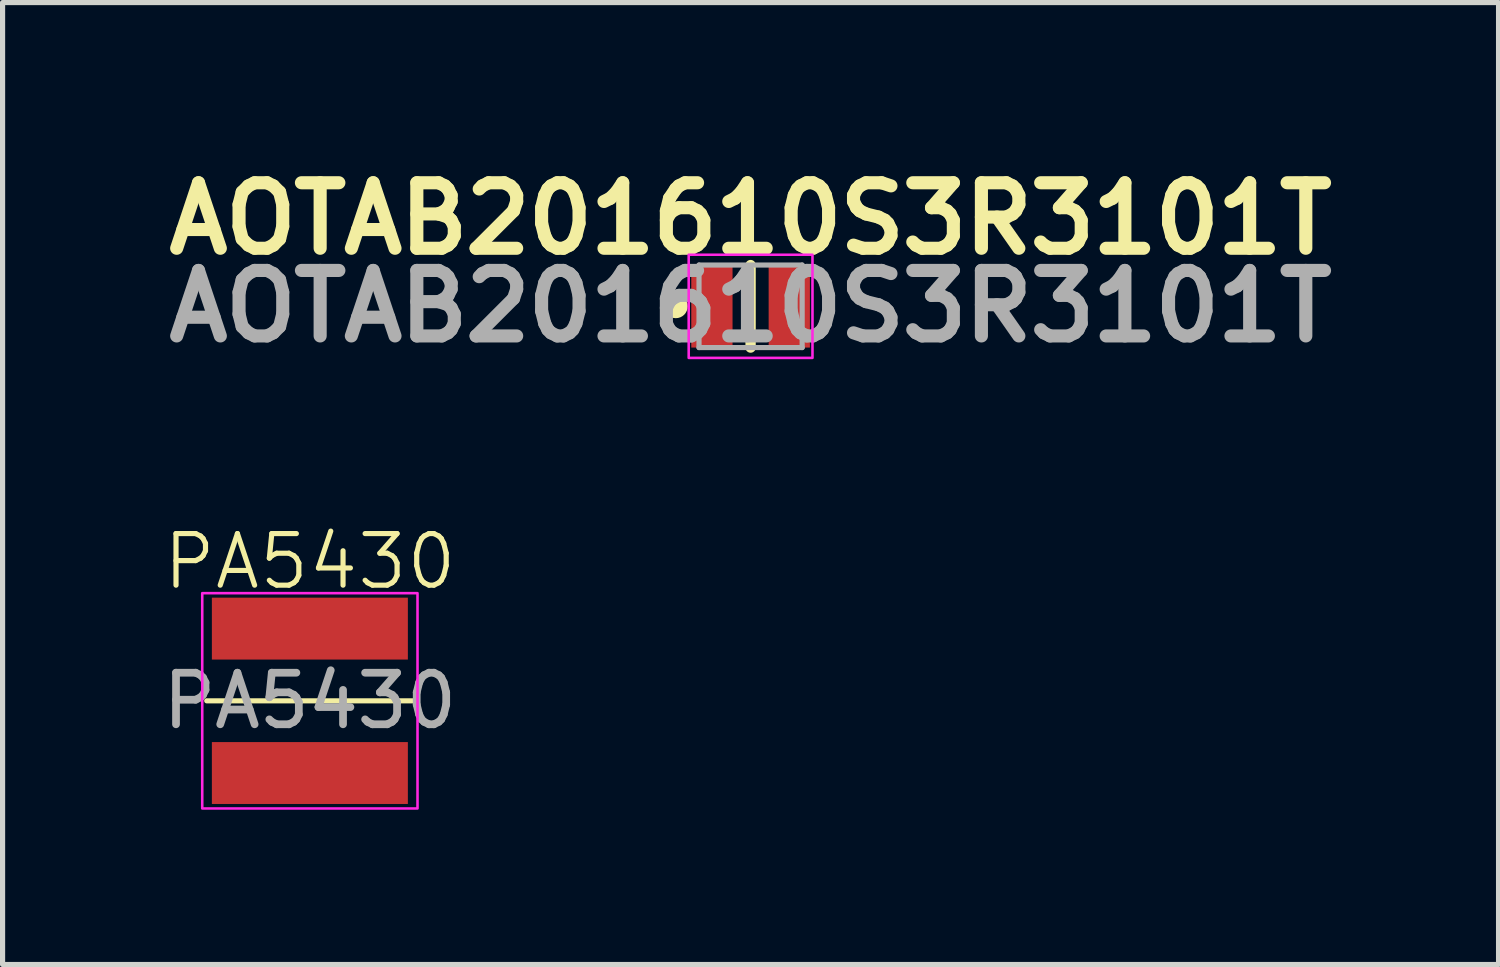
<source format=kicad_pcb>
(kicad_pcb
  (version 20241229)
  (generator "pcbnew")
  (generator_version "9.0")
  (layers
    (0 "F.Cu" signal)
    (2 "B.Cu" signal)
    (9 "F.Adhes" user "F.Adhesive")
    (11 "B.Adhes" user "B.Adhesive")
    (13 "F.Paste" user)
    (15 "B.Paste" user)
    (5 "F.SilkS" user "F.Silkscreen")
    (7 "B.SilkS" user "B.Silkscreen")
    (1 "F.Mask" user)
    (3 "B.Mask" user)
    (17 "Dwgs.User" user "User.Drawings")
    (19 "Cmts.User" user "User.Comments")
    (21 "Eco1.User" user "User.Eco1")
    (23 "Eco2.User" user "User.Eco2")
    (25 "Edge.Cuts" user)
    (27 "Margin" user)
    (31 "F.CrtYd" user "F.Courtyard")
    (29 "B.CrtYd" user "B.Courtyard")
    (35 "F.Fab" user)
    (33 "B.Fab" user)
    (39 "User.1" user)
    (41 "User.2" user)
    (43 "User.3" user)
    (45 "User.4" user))
  (footprint "PA5430"
    (layer "F.Cu")
    (at 2.958 10.538)
    (property "Reference" "PA5430" (at 0 -2.7 0) (unlocked yes) (layer "F.SilkS") (effects (font (size 1 1) (thickness 0.1))))
    (attr smd)
    (fp_line (start -2 0) (end 2 0) (stroke (width 0.1) (type default)) (layer "F.SilkS"))
    (fp_rect (start -2.087 -2.087) (end 2.087 2.087) (stroke (width 0.05) (type default)) (fill no) (layer "F.CrtYd"))
    (fp_text user "${REFERENCE}" (at 0 0 0) (unlocked yes) (layer "F.Fab") (effects (font (size 1 1) (thickness 0.15))))
    (pad "1" smd rect (at 0 -1.4) (size 3.8 1.2) (layers "F.Cu" "F.Mask" "F.Paste"))
    (pad "2" smd rect (at 0 1.4) (size 3.8 1.2) (layers "F.Cu" "F.Mask" "F.Paste")))
  (footprint "AOTAB201610S3R3101T"
    (layer "F.Cu")
    (at 11.503 2.889)
    (property "Reference" "AOTAB201610S3R3101T" (at 0 -1.7 0) (layer "F.SilkS") (effects (font (size 1.27 1.27) (thickness 0.254))))
    (attr smd)
    (fp_line (start 0 -0.8) (end 0 0.8) (stroke (width 0.2) (type solid)) (layer "F.SilkS"))
    (fp_circle (center -1.45 0) (end -1.35 0.15) (stroke (width 0.1) (type solid)) (fill yes) (layer "F.SilkS"))
    (fp_rect (start -1.2 -1) (end 1.2 1) (stroke (width 0.05) (type default)) (fill no) (layer "F.CrtYd"))
    (fp_line (start -1 -0.8) (end 1 -0.8) (stroke (width 0.1) (type solid)) (layer "F.Fab"))
    (fp_line (start -1 0.8) (end -1 -0.8) (stroke (width 0.1) (type solid)) (layer "F.Fab"))
    (fp_line (start 1 -0.8) (end 1 0.8) (stroke (width 0.1) (type solid)) (layer "F.Fab"))
    (fp_line (start 1 0.8) (end -1 0.8) (stroke (width 0.1) (type solid)) (layer "F.Fab"))
    (fp_text user "${REFERENCE}" (at 0 0 0) (layer "F.Fab") (effects (font (size 1.27 1.27) (thickness 0.254))))
    (pad "1" smd rect (at -0.75 0 90) (size 1.6 0.8) (layers "F.Cu" "F.Mask" "F.Paste"))
    (pad "2" smd rect (at 0.75 0 90) (size 1.6 0.8) (layers "F.Cu" "F.Mask" "F.Paste")))
  (gr_rect
    (start -3 -3)
    (end 26.005 15.65)
    (stroke (width 0.1) (type default))
    (fill no)
    (layer "Edge.Cuts")))
</source>
